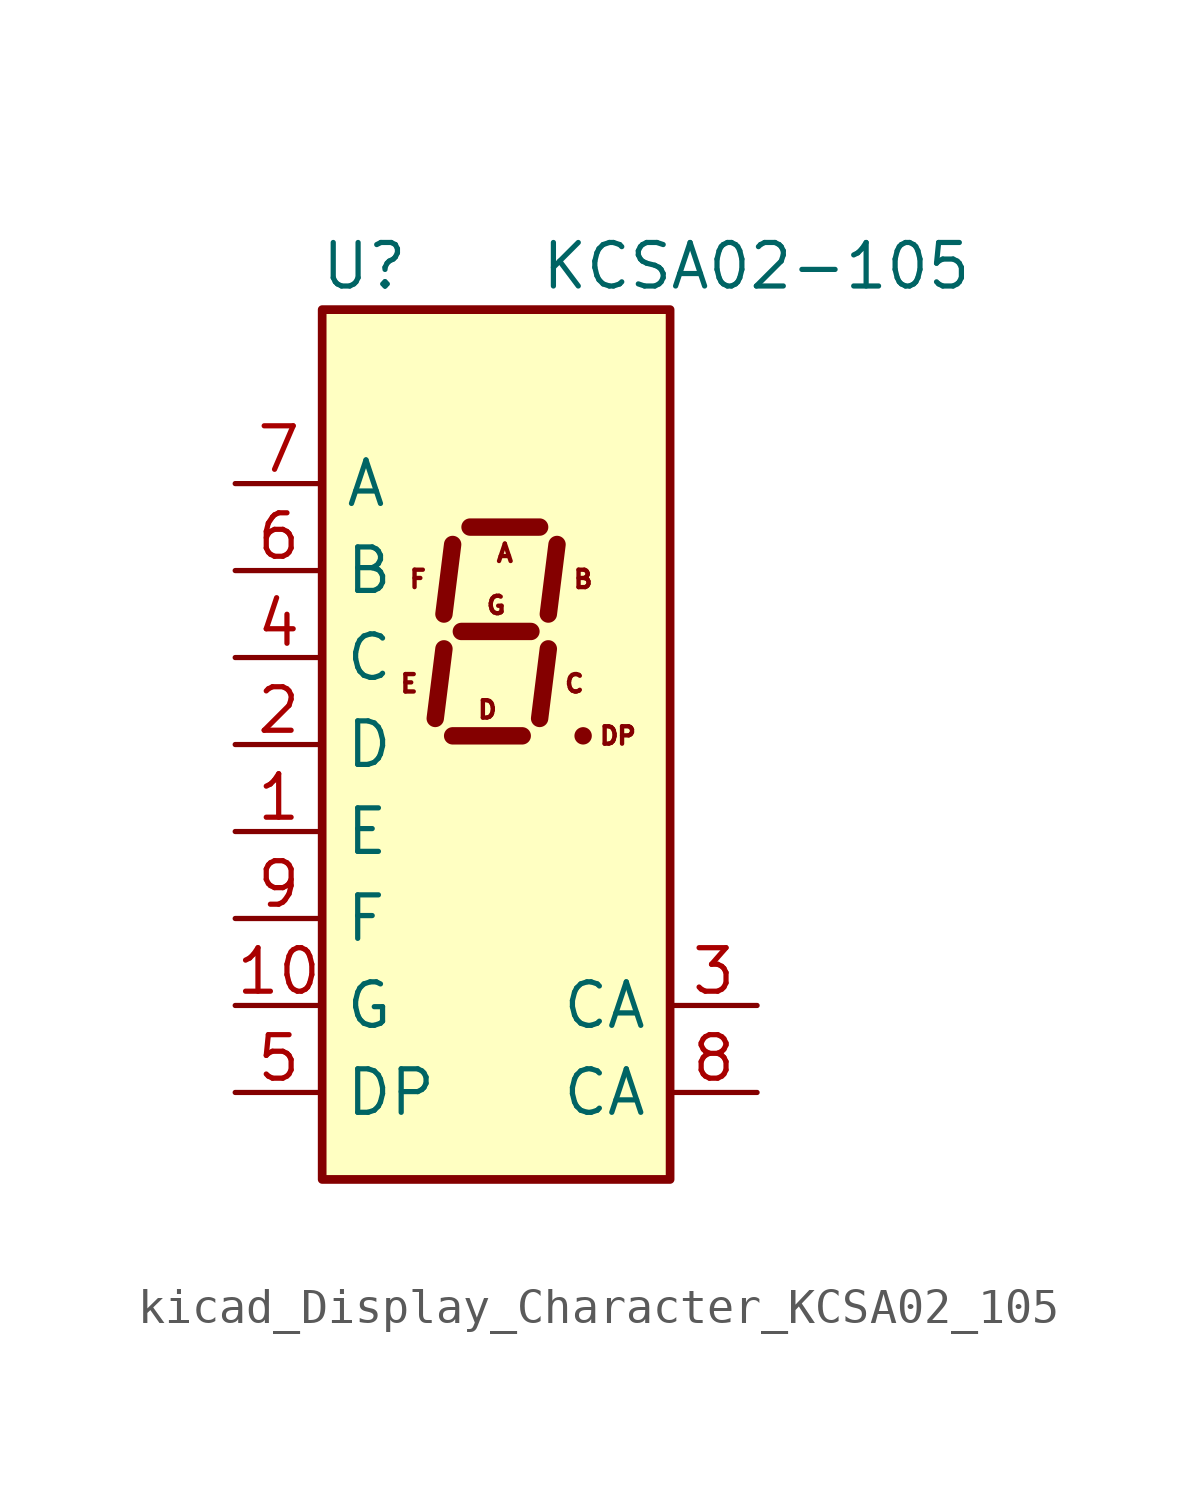
<source format=kicad_sym>
(kicad_symbol_lib
  (version 20220914)
  (generator kicad_symbol_editor)
  (symbol "kicad_Display_Character_KCSA02_105"
    (pin_names
      (offset 0.635))
    (property "Reference" "U"
      (at -2.54 13.97 0)
      (effects (font (size 1.27 1.27)) (justify right)))
    (property "Value" "KCSA02-105"
      (at 1.27 13.97 0)
      (effects (font (size 1.27 1.27)) (justify left)))
    (symbol "kicad_Display_Character_KCSA02_105_0_0"
      (text "A" (at 0.254 5.588 0) (effects (font (size 0.508 0.508))))
      (text "B" (at 2.54 4.826 0) (effects (font (size 0.508 0.508))))
      (text "C" (at 2.286 1.778 0) (effects (font (size 0.508 0.508))))
      (text "D" (at -0.254 1.016 0) (effects (font (size 0.508 0.508))))
      (text "DP" (at 3.556 0.254 0) (effects (font (size 0.508 0.508))))
      (text "E" (at -2.54 1.778 0) (effects (font (size 0.508 0.508))))
      (text "F" (at -2.286 4.826 0) (effects (font (size 0.508 0.508))))
      (text "G" (at 0 4.064 0) (effects (font (size 0.508 0.508)))))
    (symbol "kicad_Display_Character_KCSA02_105_0_1"
      (rectangle (start -5.08 12.7) (end 5.08 -12.7) (stroke (width 0.254) (type default)) (fill (type background)))
      (polyline (pts (xy -1.524 2.794) (xy -1.778 0.762)) (stroke (width 0.508) (type default)) (fill (type none)))
      (polyline (pts (xy -1.27 0.254) (xy 0.762 0.254)) (stroke (width 0.508) (type default)) (fill (type none)))
      (polyline (pts (xy -1.27 5.842) (xy -1.524 3.81)) (stroke (width 0.508) (type default)) (fill (type none)))
      (polyline (pts (xy -1.016 3.302) (xy 1.016 3.302)) (stroke (width 0.508) (type default)) (fill (type none)))
      (polyline (pts (xy -0.762 6.35) (xy 1.27 6.35)) (stroke (width 0.508) (type default)) (fill (type none)))
      (polyline (pts (xy 1.524 2.794) (xy 1.27 0.762)) (stroke (width 0.508) (type default)) (fill (type none)))
      (polyline (pts (xy 1.778 5.842) (xy 1.524 3.81)) (stroke (width 0.508) (type default)) (fill (type none)))
      (polyline (pts (xy 2.54 0.254) (xy 2.54 0.254)) (stroke (width 0.508) (type default)) (fill (type none))))
    (symbol "kicad_Display_Character_KCSA02_105_1_1"
      (pin input line (at -7.62 -2.54 0) (length 2.54) (name "E" (effects (font (size 1.27 1.27)))) (number "1" (effects (font (size 1.27 1.27)))))
      (pin input line (at -7.62 -7.62 0) (length 2.54) (name "G" (effects (font (size 1.27 1.27)))) (number "10" (effects (font (size 1.27 1.27)))))
      (pin input line (at -7.62 0 0) (length 2.54) (name "D" (effects (font (size 1.27 1.27)))) (number "2" (effects (font (size 1.27 1.27)))))
      (pin input line (at 7.62 -7.62 180) (length 2.54) (name "CA" (effects (font (size 1.27 1.27)))) (number "3" (effects (font (size 1.27 1.27)))))
      (pin input line (at -7.62 2.54 0) (length 2.54) (name "C" (effects (font (size 1.27 1.27)))) (number "4" (effects (font (size 1.27 1.27)))))
      (pin input line (at -7.62 -10.16 0) (length 2.54) (name "DP" (effects (font (size 1.27 1.27)))) (number "5" (effects (font (size 1.27 1.27)))))
      (pin input line (at -7.62 5.08 0) (length 2.54) (name "B" (effects (font (size 1.27 1.27)))) (number "6" (effects (font (size 1.27 1.27)))))
      (pin input line (at -7.62 7.62 0) (length 2.54) (name "A" (effects (font (size 1.27 1.27)))) (number "7" (effects (font (size 1.27 1.27)))))
      (pin input line (at 7.62 -10.16 180) (length 2.54) (name "CA" (effects (font (size 1.27 1.27)))) (number "8" (effects (font (size 1.27 1.27)))))
      (pin input line (at -7.62 -5.08 0) (length 2.54) (name "F" (effects (font (size 1.27 1.27)))) (number "9" (effects (font (size 1.27 1.27))))))))
</source>
